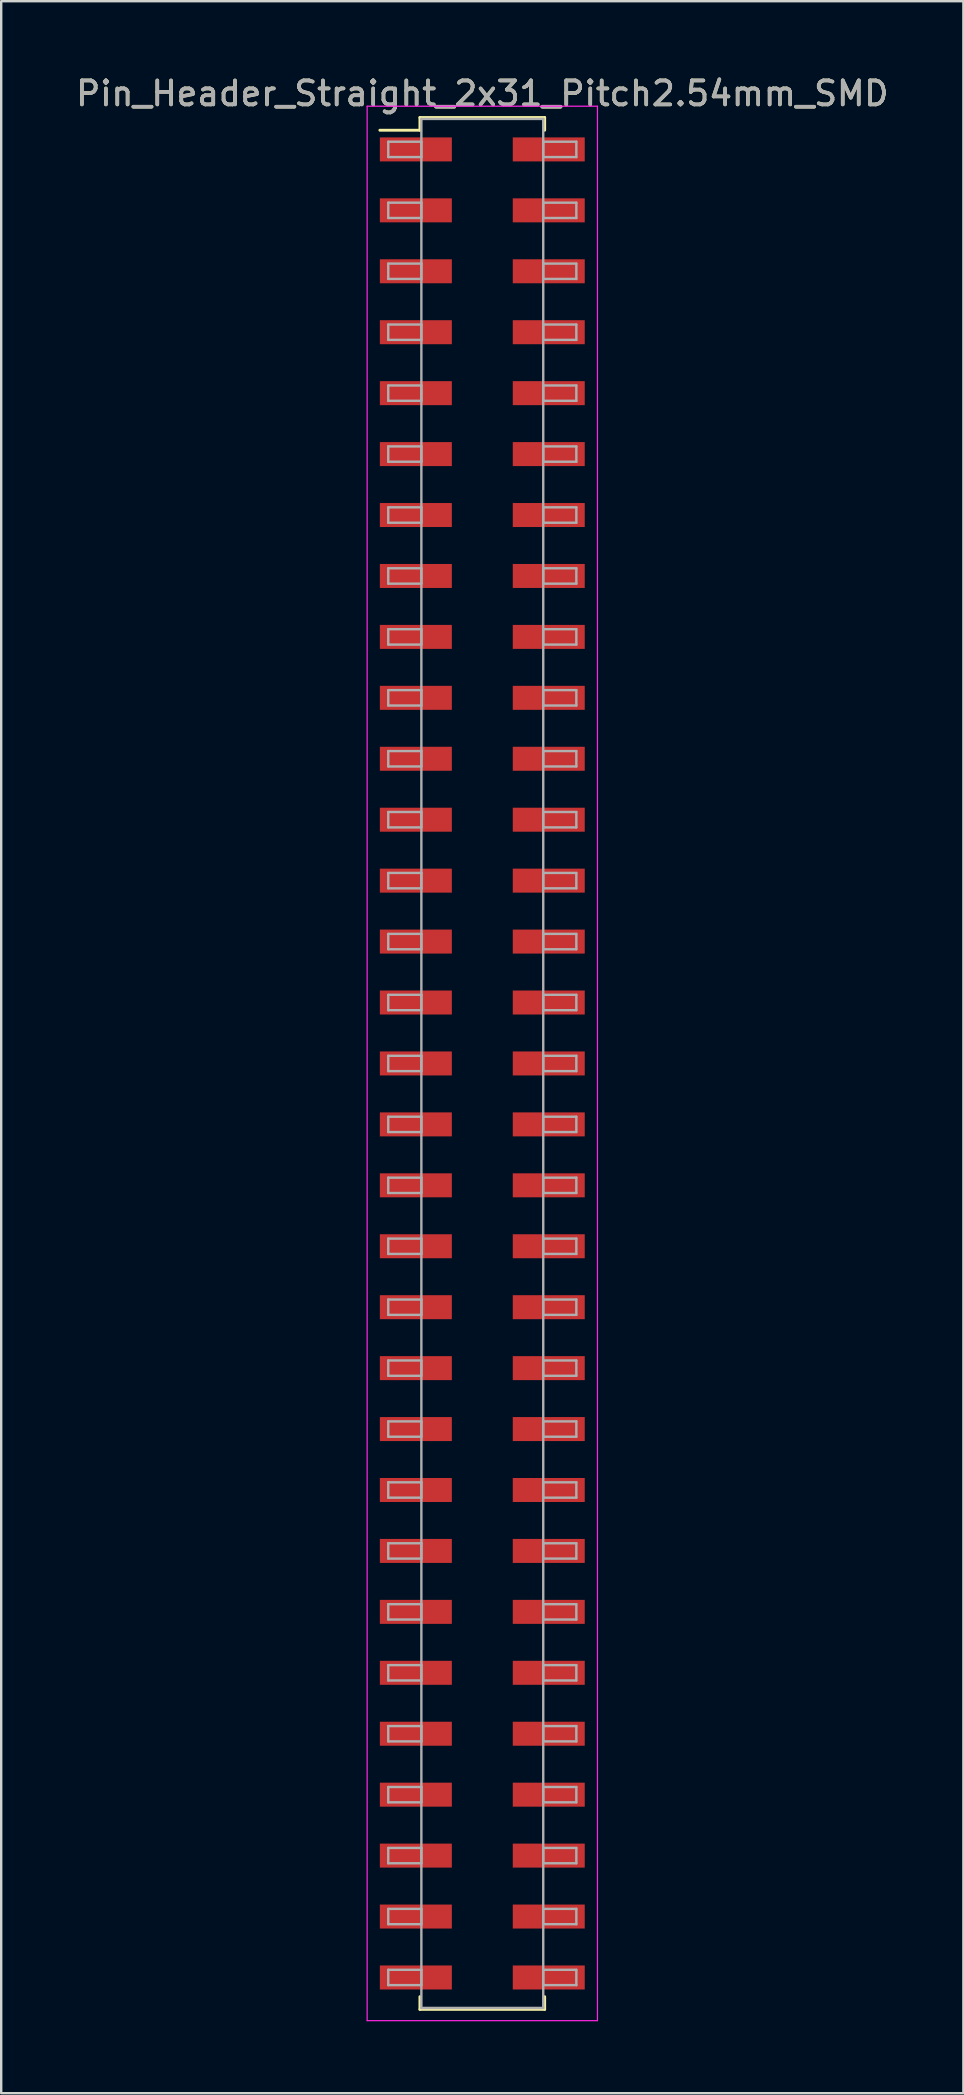
<source format=kicad_pcb>
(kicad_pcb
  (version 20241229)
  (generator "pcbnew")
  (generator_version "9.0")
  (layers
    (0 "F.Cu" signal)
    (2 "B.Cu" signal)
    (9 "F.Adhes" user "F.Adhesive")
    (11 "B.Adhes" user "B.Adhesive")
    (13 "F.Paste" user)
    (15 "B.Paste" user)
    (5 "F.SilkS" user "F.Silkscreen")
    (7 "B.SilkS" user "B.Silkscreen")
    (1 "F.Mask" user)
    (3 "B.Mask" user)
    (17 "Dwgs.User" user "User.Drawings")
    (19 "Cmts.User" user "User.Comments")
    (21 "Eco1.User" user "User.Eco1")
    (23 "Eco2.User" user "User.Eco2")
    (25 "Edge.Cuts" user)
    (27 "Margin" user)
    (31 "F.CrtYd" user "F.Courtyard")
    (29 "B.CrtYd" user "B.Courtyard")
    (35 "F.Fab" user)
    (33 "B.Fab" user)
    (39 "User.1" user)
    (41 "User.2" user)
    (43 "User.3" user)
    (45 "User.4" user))
  (footprint "Pin_Header_Straight_2x31_Pitch2.54mm_SMD"
    (layer "F.Cu")
    (at 17.054 41.278)
    (property "Reference" "Pin_Header_Straight_2x31_Pitch2.54mm_SMD" (at 0 -40.43 0) (layer "F.SilkS") (effects (font (size 1 1) (thickness 0.15))))
    (attr smd)
    (fp_line (start -4.27 -38.9) (end -2.6 -38.9) (stroke (width 0.12) (type solid)) (layer "F.SilkS"))
    (fp_line (start -2.6 -39.43) (end 2.6 -39.43) (stroke (width 0.12) (type solid)) (layer "F.SilkS"))
    (fp_line (start -2.6 -38.9) (end -2.6 -39.43) (stroke (width 0.12) (type solid)) (layer "F.SilkS"))
    (fp_line (start -2.6 38.9) (end -2.6 39.43) (stroke (width 0.12) (type solid)) (layer "F.SilkS"))
    (fp_line (start -2.6 39.43) (end 2.6 39.43) (stroke (width 0.12) (type solid)) (layer "F.SilkS"))
    (fp_line (start 2.6 -39.43) (end 2.6 -38.9) (stroke (width 0.12) (type solid)) (layer "F.SilkS"))
    (fp_line (start 2.6 39.43) (end 2.6 38.9) (stroke (width 0.12) (type solid)) (layer "F.SilkS"))
    (fp_line (start -4.8 -39.9) (end -4.8 39.9) (stroke (width 0.05) (type solid)) (layer "F.CrtYd"))
    (fp_line (start -4.8 39.9) (end 4.8 39.9) (stroke (width 0.05) (type solid)) (layer "F.CrtYd"))
    (fp_line (start 4.8 -39.9) (end -4.8 -39.9) (stroke (width 0.05) (type solid)) (layer "F.CrtYd"))
    (fp_line (start 4.8 39.9) (end 4.8 -39.9) (stroke (width 0.05) (type solid)) (layer "F.CrtYd"))
    (fp_line (start -3.92 -38.42) (end -2.54 -38.42) (stroke (width 0.1) (type solid)) (layer "F.Fab"))
    (fp_line (start -3.92 -37.78) (end -3.92 -38.42) (stroke (width 0.1) (type solid)) (layer "F.Fab"))
    (fp_line (start -3.92 -35.88) (end -2.54 -35.88) (stroke (width 0.1) (type solid)) (layer "F.Fab"))
    (fp_line (start -3.92 -35.24) (end -3.92 -35.88) (stroke (width 0.1) (type solid)) (layer "F.Fab"))
    (fp_line (start -3.92 -33.34) (end -2.54 -33.34) (stroke (width 0.1) (type solid)) (layer "F.Fab"))
    (fp_line (start -3.92 -32.7) (end -3.92 -33.34) (stroke (width 0.1) (type solid)) (layer "F.Fab"))
    (fp_line (start -3.92 -30.8) (end -2.54 -30.8) (stroke (width 0.1) (type solid)) (layer "F.Fab"))
    (fp_line (start -3.92 -30.16) (end -3.92 -30.8) (stroke (width 0.1) (type solid)) (layer "F.Fab"))
    (fp_line (start -3.92 -28.26) (end -2.54 -28.26) (stroke (width 0.1) (type solid)) (layer "F.Fab"))
    (fp_line (start -3.92 -27.62) (end -3.92 -28.26) (stroke (width 0.1) (type solid)) (layer "F.Fab"))
    (fp_line (start -3.92 -25.72) (end -2.54 -25.72) (stroke (width 0.1) (type solid)) (layer "F.Fab"))
    (fp_line (start -3.92 -25.08) (end -3.92 -25.72) (stroke (width 0.1) (type solid)) (layer "F.Fab"))
    (fp_line (start -3.92 -23.18) (end -2.54 -23.18) (stroke (width 0.1) (type solid)) (layer "F.Fab"))
    (fp_line (start -3.92 -22.54) (end -3.92 -23.18) (stroke (width 0.1) (type solid)) (layer "F.Fab"))
    (fp_line (start -3.92 -20.64) (end -2.54 -20.64) (stroke (width 0.1) (type solid)) (layer "F.Fab"))
    (fp_line (start -3.92 -20) (end -3.92 -20.64) (stroke (width 0.1) (type solid)) (layer "F.Fab"))
    (fp_line (start -3.92 -18.1) (end -2.54 -18.1) (stroke (width 0.1) (type solid)) (layer "F.Fab"))
    (fp_line (start -3.92 -17.46) (end -3.92 -18.1) (stroke (width 0.1) (type solid)) (layer "F.Fab"))
    (fp_line (start -3.92 -15.56) (end -2.54 -15.56) (stroke (width 0.1) (type solid)) (layer "F.Fab"))
    (fp_line (start -3.92 -14.92) (end -3.92 -15.56) (stroke (width 0.1) (type solid)) (layer "F.Fab"))
    (fp_line (start -3.92 -13.02) (end -2.54 -13.02) (stroke (width 0.1) (type solid)) (layer "F.Fab"))
    (fp_line (start -3.92 -12.38) (end -3.92 -13.02) (stroke (width 0.1) (type solid)) (layer "F.Fab"))
    (fp_line (start -3.92 -10.48) (end -2.54 -10.48) (stroke (width 0.1) (type solid)) (layer "F.Fab"))
    (fp_line (start -3.92 -9.84) (end -3.92 -10.48) (stroke (width 0.1) (type solid)) (layer "F.Fab"))
    (fp_line (start -3.92 -7.94) (end -2.54 -7.94) (stroke (width 0.1) (type solid)) (layer "F.Fab"))
    (fp_line (start -3.92 -7.3) (end -3.92 -7.94) (stroke (width 0.1) (type solid)) (layer "F.Fab"))
    (fp_line (start -3.92 -5.4) (end -2.54 -5.4) (stroke (width 0.1) (type solid)) (layer "F.Fab"))
    (fp_line (start -3.92 -4.76) (end -3.92 -5.4) (stroke (width 0.1) (type solid)) (layer "F.Fab"))
    (fp_line (start -3.92 -2.86) (end -2.54 -2.86) (stroke (width 0.1) (type solid)) (layer "F.Fab"))
    (fp_line (start -3.92 -2.22) (end -3.92 -2.86) (stroke (width 0.1) (type solid)) (layer "F.Fab"))
    (fp_line (start -3.92 -0.32) (end -2.54 -0.32) (stroke (width 0.1) (type solid)) (layer "F.Fab"))
    (fp_line (start -3.92 0.32) (end -3.92 -0.32) (stroke (width 0.1) (type solid)) (layer "F.Fab"))
    (fp_line (start -3.92 2.22) (end -2.54 2.22) (stroke (width 0.1) (type solid)) (layer "F.Fab"))
    (fp_line (start -3.92 2.86) (end -3.92 2.22) (stroke (width 0.1) (type solid)) (layer "F.Fab"))
    (fp_line (start -3.92 4.76) (end -2.54 4.76) (stroke (width 0.1) (type solid)) (layer "F.Fab"))
    (fp_line (start -3.92 5.4) (end -3.92 4.76) (stroke (width 0.1) (type solid)) (layer "F.Fab"))
    (fp_line (start -3.92 7.3) (end -2.54 7.3) (stroke (width 0.1) (type solid)) (layer "F.Fab"))
    (fp_line (start -3.92 7.94) (end -3.92 7.3) (stroke (width 0.1) (type solid)) (layer "F.Fab"))
    (fp_line (start -3.92 9.84) (end -2.54 9.84) (stroke (width 0.1) (type solid)) (layer "F.Fab"))
    (fp_line (start -3.92 10.48) (end -3.92 9.84) (stroke (width 0.1) (type solid)) (layer "F.Fab"))
    (fp_line (start -3.92 12.38) (end -2.54 12.38) (stroke (width 0.1) (type solid)) (layer "F.Fab"))
    (fp_line (start -3.92 13.02) (end -3.92 12.38) (stroke (width 0.1) (type solid)) (layer "F.Fab"))
    (fp_line (start -3.92 14.92) (end -2.54 14.92) (stroke (width 0.1) (type solid)) (layer "F.Fab"))
    (fp_line (start -3.92 15.56) (end -3.92 14.92) (stroke (width 0.1) (type solid)) (layer "F.Fab"))
    (fp_line (start -3.92 17.46) (end -2.54 17.46) (stroke (width 0.1) (type solid)) (layer "F.Fab"))
    (fp_line (start -3.92 18.1) (end -3.92 17.46) (stroke (width 0.1) (type solid)) (layer "F.Fab"))
    (fp_line (start -3.92 20) (end -2.54 20) (stroke (width 0.1) (type solid)) (layer "F.Fab"))
    (fp_line (start -3.92 20.64) (end -3.92 20) (stroke (width 0.1) (type solid)) (layer "F.Fab"))
    (fp_line (start -3.92 22.54) (end -2.54 22.54) (stroke (width 0.1) (type solid)) (layer "F.Fab"))
    (fp_line (start -3.92 23.18) (end -3.92 22.54) (stroke (width 0.1) (type solid)) (layer "F.Fab"))
    (fp_line (start -3.92 25.08) (end -2.54 25.08) (stroke (width 0.1) (type solid)) (layer "F.Fab"))
    (fp_line (start -3.92 25.72) (end -3.92 25.08) (stroke (width 0.1) (type solid)) (layer "F.Fab"))
    (fp_line (start -3.92 27.62) (end -2.54 27.62) (stroke (width 0.1) (type solid)) (layer "F.Fab"))
    (fp_line (start -3.92 28.26) (end -3.92 27.62) (stroke (width 0.1) (type solid)) (layer "F.Fab"))
    (fp_line (start -3.92 30.16) (end -2.54 30.16) (stroke (width 0.1) (type solid)) (layer "F.Fab"))
    (fp_line (start -3.92 30.8) (end -3.92 30.16) (stroke (width 0.1) (type solid)) (layer "F.Fab"))
    (fp_line (start -3.92 32.7) (end -2.54 32.7) (stroke (width 0.1) (type solid)) (layer "F.Fab"))
    (fp_line (start -3.92 33.34) (end -3.92 32.7) (stroke (width 0.1) (type solid)) (layer "F.Fab"))
    (fp_line (start -3.92 35.24) (end -2.54 35.24) (stroke (width 0.1) (type solid)) (layer "F.Fab"))
    (fp_line (start -3.92 35.88) (end -3.92 35.24) (stroke (width 0.1) (type solid)) (layer "F.Fab"))
    (fp_line (start -3.92 37.78) (end -2.54 37.78) (stroke (width 0.1) (type solid)) (layer "F.Fab"))
    (fp_line (start -3.92 38.42) (end -3.92 37.78) (stroke (width 0.1) (type solid)) (layer "F.Fab"))
    (fp_line (start -2.54 -39.37) (end -2.54 39.37) (stroke (width 0.1) (type solid)) (layer "F.Fab"))
    (fp_line (start -2.54 -38.42) (end -2.54 -37.78) (stroke (width 0.1) (type solid)) (layer "F.Fab"))
    (fp_line (start -2.54 -37.78) (end -3.92 -37.78) (stroke (width 0.1) (type solid)) (layer "F.Fab"))
    (fp_line (start -2.54 -35.88) (end -2.54 -35.24) (stroke (width 0.1) (type solid)) (layer "F.Fab"))
    (fp_line (start -2.54 -35.24) (end -3.92 -35.24) (stroke (width 0.1) (type solid)) (layer "F.Fab"))
    (fp_line (start -2.54 -33.34) (end -2.54 -32.7) (stroke (width 0.1) (type solid)) (layer "F.Fab"))
    (fp_line (start -2.54 -32.7) (end -3.92 -32.7) (stroke (width 0.1) (type solid)) (layer "F.Fab"))
    (fp_line (start -2.54 -30.8) (end -2.54 -30.16) (stroke (width 0.1) (type solid)) (layer "F.Fab"))
    (fp_line (start -2.54 -30.16) (end -3.92 -30.16) (stroke (width 0.1) (type solid)) (layer "F.Fab"))
    (fp_line (start -2.54 -28.26) (end -2.54 -27.62) (stroke (width 0.1) (type solid)) (layer "F.Fab"))
    (fp_line (start -2.54 -27.62) (end -3.92 -27.62) (stroke (width 0.1) (type solid)) (layer "F.Fab"))
    (fp_line (start -2.54 -25.72) (end -2.54 -25.08) (stroke (width 0.1) (type solid)) (layer "F.Fab"))
    (fp_line (start -2.54 -25.08) (end -3.92 -25.08) (stroke (width 0.1) (type solid)) (layer "F.Fab"))
    (fp_line (start -2.54 -23.18) (end -2.54 -22.54) (stroke (width 0.1) (type solid)) (layer "F.Fab"))
    (fp_line (start -2.54 -22.54) (end -3.92 -22.54) (stroke (width 0.1) (type solid)) (layer "F.Fab"))
    (fp_line (start -2.54 -20.64) (end -2.54 -20) (stroke (width 0.1) (type solid)) (layer "F.Fab"))
    (fp_line (start -2.54 -20) (end -3.92 -20) (stroke (width 0.1) (type solid)) (layer "F.Fab"))
    (fp_line (start -2.54 -18.1) (end -2.54 -17.46) (stroke (width 0.1) (type solid)) (layer "F.Fab"))
    (fp_line (start -2.54 -17.46) (end -3.92 -17.46) (stroke (width 0.1) (type solid)) (layer "F.Fab"))
    (fp_line (start -2.54 -15.56) (end -2.54 -14.92) (stroke (width 0.1) (type solid)) (layer "F.Fab"))
    (fp_line (start -2.54 -14.92) (end -3.92 -14.92) (stroke (width 0.1) (type solid)) (layer "F.Fab"))
    (fp_line (start -2.54 -13.02) (end -2.54 -12.38) (stroke (width 0.1) (type solid)) (layer "F.Fab"))
    (fp_line (start -2.54 -12.38) (end -3.92 -12.38) (stroke (width 0.1) (type solid)) (layer "F.Fab"))
    (fp_line (start -2.54 -10.48) (end -2.54 -9.84) (stroke (width 0.1) (type solid)) (layer "F.Fab"))
    (fp_line (start -2.54 -9.84) (end -3.92 -9.84) (stroke (width 0.1) (type solid)) (layer "F.Fab"))
    (fp_line (start -2.54 -7.94) (end -2.54 -7.3) (stroke (width 0.1) (type solid)) (layer "F.Fab"))
    (fp_line (start -2.54 -7.3) (end -3.92 -7.3) (stroke (width 0.1) (type solid)) (layer "F.Fab"))
    (fp_line (start -2.54 -5.4) (end -2.54 -4.76) (stroke (width 0.1) (type solid)) (layer "F.Fab"))
    (fp_line (start -2.54 -4.76) (end -3.92 -4.76) (stroke (width 0.1) (type solid)) (layer "F.Fab"))
    (fp_line (start -2.54 -2.86) (end -2.54 -2.22) (stroke (width 0.1) (type solid)) (layer "F.Fab"))
    (fp_line (start -2.54 -2.22) (end -3.92 -2.22) (stroke (width 0.1) (type solid)) (layer "F.Fab"))
    (fp_line (start -2.54 -0.32) (end -2.54 0.32) (stroke (width 0.1) (type solid)) (layer "F.Fab"))
    (fp_line (start -2.54 0.32) (end -3.92 0.32) (stroke (width 0.1) (type solid)) (layer "F.Fab"))
    (fp_line (start -2.54 2.22) (end -2.54 2.86) (stroke (width 0.1) (type solid)) (layer "F.Fab"))
    (fp_line (start -2.54 2.86) (end -3.92 2.86) (stroke (width 0.1) (type solid)) (layer "F.Fab"))
    (fp_line (start -2.54 4.76) (end -2.54 5.4) (stroke (width 0.1) (type solid)) (layer "F.Fab"))
    (fp_line (start -2.54 5.4) (end -3.92 5.4) (stroke (width 0.1) (type solid)) (layer "F.Fab"))
    (fp_line (start -2.54 7.3) (end -2.54 7.94) (stroke (width 0.1) (type solid)) (layer "F.Fab"))
    (fp_line (start -2.54 7.94) (end -3.92 7.94) (stroke (width 0.1) (type solid)) (layer "F.Fab"))
    (fp_line (start -2.54 9.84) (end -2.54 10.48) (stroke (width 0.1) (type solid)) (layer "F.Fab"))
    (fp_line (start -2.54 10.48) (end -3.92 10.48) (stroke (width 0.1) (type solid)) (layer "F.Fab"))
    (fp_line (start -2.54 12.38) (end -2.54 13.02) (stroke (width 0.1) (type solid)) (layer "F.Fab"))
    (fp_line (start -2.54 13.02) (end -3.92 13.02) (stroke (width 0.1) (type solid)) (layer "F.Fab"))
    (fp_line (start -2.54 14.92) (end -2.54 15.56) (stroke (width 0.1) (type solid)) (layer "F.Fab"))
    (fp_line (start -2.54 15.56) (end -3.92 15.56) (stroke (width 0.1) (type solid)) (layer "F.Fab"))
    (fp_line (start -2.54 17.46) (end -2.54 18.1) (stroke (width 0.1) (type solid)) (layer "F.Fab"))
    (fp_line (start -2.54 18.1) (end -3.92 18.1) (stroke (width 0.1) (type solid)) (layer "F.Fab"))
    (fp_line (start -2.54 20) (end -2.54 20.64) (stroke (width 0.1) (type solid)) (layer "F.Fab"))
    (fp_line (start -2.54 20.64) (end -3.92 20.64) (stroke (width 0.1) (type solid)) (layer "F.Fab"))
    (fp_line (start -2.54 22.54) (end -2.54 23.18) (stroke (width 0.1) (type solid)) (layer "F.Fab"))
    (fp_line (start -2.54 23.18) (end -3.92 23.18) (stroke (width 0.1) (type solid)) (layer "F.Fab"))
    (fp_line (start -2.54 25.08) (end -2.54 25.72) (stroke (width 0.1) (type solid)) (layer "F.Fab"))
    (fp_line (start -2.54 25.72) (end -3.92 25.72) (stroke (width 0.1) (type solid)) (layer "F.Fab"))
    (fp_line (start -2.54 27.62) (end -2.54 28.26) (stroke (width 0.1) (type solid)) (layer "F.Fab"))
    (fp_line (start -2.54 28.26) (end -3.92 28.26) (stroke (width 0.1) (type solid)) (layer "F.Fab"))
    (fp_line (start -2.54 30.16) (end -2.54 30.8) (stroke (width 0.1) (type solid)) (layer "F.Fab"))
    (fp_line (start -2.54 30.8) (end -3.92 30.8) (stroke (width 0.1) (type solid)) (layer "F.Fab"))
    (fp_line (start -2.54 32.7) (end -2.54 33.34) (stroke (width 0.1) (type solid)) (layer "F.Fab"))
    (fp_line (start -2.54 33.34) (end -3.92 33.34) (stroke (width 0.1) (type solid)) (layer "F.Fab"))
    (fp_line (start -2.54 35.24) (end -2.54 35.88) (stroke (width 0.1) (type solid)) (layer "F.Fab"))
    (fp_line (start -2.54 35.88) (end -3.92 35.88) (stroke (width 0.1) (type solid)) (layer "F.Fab"))
    (fp_line (start -2.54 37.78) (end -2.54 38.42) (stroke (width 0.1) (type solid)) (layer "F.Fab"))
    (fp_line (start -2.54 38.42) (end -3.92 38.42) (stroke (width 0.1) (type solid)) (layer "F.Fab"))
    (fp_line (start -2.54 39.37) (end 2.54 39.37) (stroke (width 0.1) (type solid)) (layer "F.Fab"))
    (fp_line (start 2.54 -39.37) (end -2.54 -39.37) (stroke (width 0.1) (type solid)) (layer "F.Fab"))
    (fp_line (start 2.54 -38.42) (end 2.54 -37.78) (stroke (width 0.1) (type solid)) (layer "F.Fab"))
    (fp_line (start 2.54 -37.78) (end 3.92 -37.78) (stroke (width 0.1) (type solid)) (layer "F.Fab"))
    (fp_line (start 2.54 -35.88) (end 2.54 -35.24) (stroke (width 0.1) (type solid)) (layer "F.Fab"))
    (fp_line (start 2.54 -35.24) (end 3.92 -35.24) (stroke (width 0.1) (type solid)) (layer "F.Fab"))
    (fp_line (start 2.54 -33.34) (end 2.54 -32.7) (stroke (width 0.1) (type solid)) (layer "F.Fab"))
    (fp_line (start 2.54 -32.7) (end 3.92 -32.7) (stroke (width 0.1) (type solid)) (layer "F.Fab"))
    (fp_line (start 2.54 -30.8) (end 2.54 -30.16) (stroke (width 0.1) (type solid)) (layer "F.Fab"))
    (fp_line (start 2.54 -30.16) (end 3.92 -30.16) (stroke (width 0.1) (type solid)) (layer "F.Fab"))
    (fp_line (start 2.54 -28.26) (end 2.54 -27.62) (stroke (width 0.1) (type solid)) (layer "F.Fab"))
    (fp_line (start 2.54 -27.62) (end 3.92 -27.62) (stroke (width 0.1) (type solid)) (layer "F.Fab"))
    (fp_line (start 2.54 -25.72) (end 2.54 -25.08) (stroke (width 0.1) (type solid)) (layer "F.Fab"))
    (fp_line (start 2.54 -25.08) (end 3.92 -25.08) (stroke (width 0.1) (type solid)) (layer "F.Fab"))
    (fp_line (start 2.54 -23.18) (end 2.54 -22.54) (stroke (width 0.1) (type solid)) (layer "F.Fab"))
    (fp_line (start 2.54 -22.54) (end 3.92 -22.54) (stroke (width 0.1) (type solid)) (layer "F.Fab"))
    (fp_line (start 2.54 -20.64) (end 2.54 -20) (stroke (width 0.1) (type solid)) (layer "F.Fab"))
    (fp_line (start 2.54 -20) (end 3.92 -20) (stroke (width 0.1) (type solid)) (layer "F.Fab"))
    (fp_line (start 2.54 -18.1) (end 2.54 -17.46) (stroke (width 0.1) (type solid)) (layer "F.Fab"))
    (fp_line (start 2.54 -17.46) (end 3.92 -17.46) (stroke (width 0.1) (type solid)) (layer "F.Fab"))
    (fp_line (start 2.54 -15.56) (end 2.54 -14.92) (stroke (width 0.1) (type solid)) (layer "F.Fab"))
    (fp_line (start 2.54 -14.92) (end 3.92 -14.92) (stroke (width 0.1) (type solid)) (layer "F.Fab"))
    (fp_line (start 2.54 -13.02) (end 2.54 -12.38) (stroke (width 0.1) (type solid)) (layer "F.Fab"))
    (fp_line (start 2.54 -12.38) (end 3.92 -12.38) (stroke (width 0.1) (type solid)) (layer "F.Fab"))
    (fp_line (start 2.54 -10.48) (end 2.54 -9.84) (stroke (width 0.1) (type solid)) (layer "F.Fab"))
    (fp_line (start 2.54 -9.84) (end 3.92 -9.84) (stroke (width 0.1) (type solid)) (layer "F.Fab"))
    (fp_line (start 2.54 -7.94) (end 2.54 -7.3) (stroke (width 0.1) (type solid)) (layer "F.Fab"))
    (fp_line (start 2.54 -7.3) (end 3.92 -7.3) (stroke (width 0.1) (type solid)) (layer "F.Fab"))
    (fp_line (start 2.54 -5.4) (end 2.54 -4.76) (stroke (width 0.1) (type solid)) (layer "F.Fab"))
    (fp_line (start 2.54 -4.76) (end 3.92 -4.76) (stroke (width 0.1) (type solid)) (layer "F.Fab"))
    (fp_line (start 2.54 -2.86) (end 2.54 -2.22) (stroke (width 0.1) (type solid)) (layer "F.Fab"))
    (fp_line (start 2.54 -2.22) (end 3.92 -2.22) (stroke (width 0.1) (type solid)) (layer "F.Fab"))
    (fp_line (start 2.54 -0.32) (end 2.54 0.32) (stroke (width 0.1) (type solid)) (layer "F.Fab"))
    (fp_line (start 2.54 0.32) (end 3.92 0.32) (stroke (width 0.1) (type solid)) (layer "F.Fab"))
    (fp_line (start 2.54 2.22) (end 2.54 2.86) (stroke (width 0.1) (type solid)) (layer "F.Fab"))
    (fp_line (start 2.54 2.86) (end 3.92 2.86) (stroke (width 0.1) (type solid)) (layer "F.Fab"))
    (fp_line (start 2.54 4.76) (end 2.54 5.4) (stroke (width 0.1) (type solid)) (layer "F.Fab"))
    (fp_line (start 2.54 5.4) (end 3.92 5.4) (stroke (width 0.1) (type solid)) (layer "F.Fab"))
    (fp_line (start 2.54 7.3) (end 2.54 7.94) (stroke (width 0.1) (type solid)) (layer "F.Fab"))
    (fp_line (start 2.54 7.94) (end 3.92 7.94) (stroke (width 0.1) (type solid)) (layer "F.Fab"))
    (fp_line (start 2.54 9.84) (end 2.54 10.48) (stroke (width 0.1) (type solid)) (layer "F.Fab"))
    (fp_line (start 2.54 10.48) (end 3.92 10.48) (stroke (width 0.1) (type solid)) (layer "F.Fab"))
    (fp_line (start 2.54 12.38) (end 2.54 13.02) (stroke (width 0.1) (type solid)) (layer "F.Fab"))
    (fp_line (start 2.54 13.02) (end 3.92 13.02) (stroke (width 0.1) (type solid)) (layer "F.Fab"))
    (fp_line (start 2.54 14.92) (end 2.54 15.56) (stroke (width 0.1) (type solid)) (layer "F.Fab"))
    (fp_line (start 2.54 15.56) (end 3.92 15.56) (stroke (width 0.1) (type solid)) (layer "F.Fab"))
    (fp_line (start 2.54 17.46) (end 2.54 18.1) (stroke (width 0.1) (type solid)) (layer "F.Fab"))
    (fp_line (start 2.54 18.1) (end 3.92 18.1) (stroke (width 0.1) (type solid)) (layer "F.Fab"))
    (fp_line (start 2.54 20) (end 2.54 20.64) (stroke (width 0.1) (type solid)) (layer "F.Fab"))
    (fp_line (start 2.54 20.64) (end 3.92 20.64) (stroke (width 0.1) (type solid)) (layer "F.Fab"))
    (fp_line (start 2.54 22.54) (end 2.54 23.18) (stroke (width 0.1) (type solid)) (layer "F.Fab"))
    (fp_line (start 2.54 23.18) (end 3.92 23.18) (stroke (width 0.1) (type solid)) (layer "F.Fab"))
    (fp_line (start 2.54 25.08) (end 2.54 25.72) (stroke (width 0.1) (type solid)) (layer "F.Fab"))
    (fp_line (start 2.54 25.72) (end 3.92 25.72) (stroke (width 0.1) (type solid)) (layer "F.Fab"))
    (fp_line (start 2.54 27.62) (end 2.54 28.26) (stroke (width 0.1) (type solid)) (layer "F.Fab"))
    (fp_line (start 2.54 28.26) (end 3.92 28.26) (stroke (width 0.1) (type solid)) (layer "F.Fab"))
    (fp_line (start 2.54 30.16) (end 2.54 30.8) (stroke (width 0.1) (type solid)) (layer "F.Fab"))
    (fp_line (start 2.54 30.8) (end 3.92 30.8) (stroke (width 0.1) (type solid)) (layer "F.Fab"))
    (fp_line (start 2.54 32.7) (end 2.54 33.34) (stroke (width 0.1) (type solid)) (layer "F.Fab"))
    (fp_line (start 2.54 33.34) (end 3.92 33.34) (stroke (width 0.1) (type solid)) (layer "F.Fab"))
    (fp_line (start 2.54 35.24) (end 2.54 35.88) (stroke (width 0.1) (type solid)) (layer "F.Fab"))
    (fp_line (start 2.54 35.88) (end 3.92 35.88) (stroke (width 0.1) (type solid)) (layer "F.Fab"))
    (fp_line (start 2.54 37.78) (end 2.54 38.42) (stroke (width 0.1) (type solid)) (layer "F.Fab"))
    (fp_line (start 2.54 38.42) (end 3.92 38.42) (stroke (width 0.1) (type solid)) (layer "F.Fab"))
    (fp_line (start 2.54 39.37) (end 2.54 -39.37) (stroke (width 0.1) (type solid)) (layer "F.Fab"))
    (fp_line (start 3.92 -38.42) (end 2.54 -38.42) (stroke (width 0.1) (type solid)) (layer "F.Fab"))
    (fp_line (start 3.92 -37.78) (end 3.92 -38.42) (stroke (width 0.1) (type solid)) (layer "F.Fab"))
    (fp_line (start 3.92 -35.88) (end 2.54 -35.88) (stroke (width 0.1) (type solid)) (layer "F.Fab"))
    (fp_line (start 3.92 -35.24) (end 3.92 -35.88) (stroke (width 0.1) (type solid)) (layer "F.Fab"))
    (fp_line (start 3.92 -33.34) (end 2.54 -33.34) (stroke (width 0.1) (type solid)) (layer "F.Fab"))
    (fp_line (start 3.92 -32.7) (end 3.92 -33.34) (stroke (width 0.1) (type solid)) (layer "F.Fab"))
    (fp_line (start 3.92 -30.8) (end 2.54 -30.8) (stroke (width 0.1) (type solid)) (layer "F.Fab"))
    (fp_line (start 3.92 -30.16) (end 3.92 -30.8) (stroke (width 0.1) (type solid)) (layer "F.Fab"))
    (fp_line (start 3.92 -28.26) (end 2.54 -28.26) (stroke (width 0.1) (type solid)) (layer "F.Fab"))
    (fp_line (start 3.92 -27.62) (end 3.92 -28.26) (stroke (width 0.1) (type solid)) (layer "F.Fab"))
    (fp_line (start 3.92 -25.72) (end 2.54 -25.72) (stroke (width 0.1) (type solid)) (layer "F.Fab"))
    (fp_line (start 3.92 -25.08) (end 3.92 -25.72) (stroke (width 0.1) (type solid)) (layer "F.Fab"))
    (fp_line (start 3.92 -23.18) (end 2.54 -23.18) (stroke (width 0.1) (type solid)) (layer "F.Fab"))
    (fp_line (start 3.92 -22.54) (end 3.92 -23.18) (stroke (width 0.1) (type solid)) (layer "F.Fab"))
    (fp_line (start 3.92 -20.64) (end 2.54 -20.64) (stroke (width 0.1) (type solid)) (layer "F.Fab"))
    (fp_line (start 3.92 -20) (end 3.92 -20.64) (stroke (width 0.1) (type solid)) (layer "F.Fab"))
    (fp_line (start 3.92 -18.1) (end 2.54 -18.1) (stroke (width 0.1) (type solid)) (layer "F.Fab"))
    (fp_line (start 3.92 -17.46) (end 3.92 -18.1) (stroke (width 0.1) (type solid)) (layer "F.Fab"))
    (fp_line (start 3.92 -15.56) (end 2.54 -15.56) (stroke (width 0.1) (type solid)) (layer "F.Fab"))
    (fp_line (start 3.92 -14.92) (end 3.92 -15.56) (stroke (width 0.1) (type solid)) (layer "F.Fab"))
    (fp_line (start 3.92 -13.02) (end 2.54 -13.02) (stroke (width 0.1) (type solid)) (layer "F.Fab"))
    (fp_line (start 3.92 -12.38) (end 3.92 -13.02) (stroke (width 0.1) (type solid)) (layer "F.Fab"))
    (fp_line (start 3.92 -10.48) (end 2.54 -10.48) (stroke (width 0.1) (type solid)) (layer "F.Fab"))
    (fp_line (start 3.92 -9.84) (end 3.92 -10.48) (stroke (width 0.1) (type solid)) (layer "F.Fab"))
    (fp_line (start 3.92 -7.94) (end 2.54 -7.94) (stroke (width 0.1) (type solid)) (layer "F.Fab"))
    (fp_line (start 3.92 -7.3) (end 3.92 -7.94) (stroke (width 0.1) (type solid)) (layer "F.Fab"))
    (fp_line (start 3.92 -5.4) (end 2.54 -5.4) (stroke (width 0.1) (type solid)) (layer "F.Fab"))
    (fp_line (start 3.92 -4.76) (end 3.92 -5.4) (stroke (width 0.1) (type solid)) (layer "F.Fab"))
    (fp_line (start 3.92 -2.86) (end 2.54 -2.86) (stroke (width 0.1) (type solid)) (layer "F.Fab"))
    (fp_line (start 3.92 -2.22) (end 3.92 -2.86) (stroke (width 0.1) (type solid)) (layer "F.Fab"))
    (fp_line (start 3.92 -0.32) (end 2.54 -0.32) (stroke (width 0.1) (type solid)) (layer "F.Fab"))
    (fp_line (start 3.92 0.32) (end 3.92 -0.32) (stroke (width 0.1) (type solid)) (layer "F.Fab"))
    (fp_line (start 3.92 2.22) (end 2.54 2.22) (stroke (width 0.1) (type solid)) (layer "F.Fab"))
    (fp_line (start 3.92 2.86) (end 3.92 2.22) (stroke (width 0.1) (type solid)) (layer "F.Fab"))
    (fp_line (start 3.92 4.76) (end 2.54 4.76) (stroke (width 0.1) (type solid)) (layer "F.Fab"))
    (fp_line (start 3.92 5.4) (end 3.92 4.76) (stroke (width 0.1) (type solid)) (layer "F.Fab"))
    (fp_line (start 3.92 7.3) (end 2.54 7.3) (stroke (width 0.1) (type solid)) (layer "F.Fab"))
    (fp_line (start 3.92 7.94) (end 3.92 7.3) (stroke (width 0.1) (type solid)) (layer "F.Fab"))
    (fp_line (start 3.92 9.84) (end 2.54 9.84) (stroke (width 0.1) (type solid)) (layer "F.Fab"))
    (fp_line (start 3.92 10.48) (end 3.92 9.84) (stroke (width 0.1) (type solid)) (layer "F.Fab"))
    (fp_line (start 3.92 12.38) (end 2.54 12.38) (stroke (width 0.1) (type solid)) (layer "F.Fab"))
    (fp_line (start 3.92 13.02) (end 3.92 12.38) (stroke (width 0.1) (type solid)) (layer "F.Fab"))
    (fp_line (start 3.92 14.92) (end 2.54 14.92) (stroke (width 0.1) (type solid)) (layer "F.Fab"))
    (fp_line (start 3.92 15.56) (end 3.92 14.92) (stroke (width 0.1) (type solid)) (layer "F.Fab"))
    (fp_line (start 3.92 17.46) (end 2.54 17.46) (stroke (width 0.1) (type solid)) (layer "F.Fab"))
    (fp_line (start 3.92 18.1) (end 3.92 17.46) (stroke (width 0.1) (type solid)) (layer "F.Fab"))
    (fp_line (start 3.92 20) (end 2.54 20) (stroke (width 0.1) (type solid)) (layer "F.Fab"))
    (fp_line (start 3.92 20.64) (end 3.92 20) (stroke (width 0.1) (type solid)) (layer "F.Fab"))
    (fp_line (start 3.92 22.54) (end 2.54 22.54) (stroke (width 0.1) (type solid)) (layer "F.Fab"))
    (fp_line (start 3.92 23.18) (end 3.92 22.54) (stroke (width 0.1) (type solid)) (layer "F.Fab"))
    (fp_line (start 3.92 25.08) (end 2.54 25.08) (stroke (width 0.1) (type solid)) (layer "F.Fab"))
    (fp_line (start 3.92 25.72) (end 3.92 25.08) (stroke (width 0.1) (type solid)) (layer "F.Fab"))
    (fp_line (start 3.92 27.62) (end 2.54 27.62) (stroke (width 0.1) (type solid)) (layer "F.Fab"))
    (fp_line (start 3.92 28.26) (end 3.92 27.62) (stroke (width 0.1) (type solid)) (layer "F.Fab"))
    (fp_line (start 3.92 30.16) (end 2.54 30.16) (stroke (width 0.1) (type solid)) (layer "F.Fab"))
    (fp_line (start 3.92 30.8) (end 3.92 30.16) (stroke (width 0.1) (type solid)) (layer "F.Fab"))
    (fp_line (start 3.92 32.7) (end 2.54 32.7) (stroke (width 0.1) (type solid)) (layer "F.Fab"))
    (fp_line (start 3.92 33.34) (end 3.92 32.7) (stroke (width 0.1) (type solid)) (layer "F.Fab"))
    (fp_line (start 3.92 35.24) (end 2.54 35.24) (stroke (width 0.1) (type solid)) (layer "F.Fab"))
    (fp_line (start 3.92 35.88) (end 3.92 35.24) (stroke (width 0.1) (type solid)) (layer "F.Fab"))
    (fp_line (start 3.92 37.78) (end 2.54 37.78) (stroke (width 0.1) (type solid)) (layer "F.Fab"))
    (fp_line (start 3.92 38.42) (end 3.92 37.78) (stroke (width 0.1) (type solid)) (layer "F.Fab"))
    (fp_text user "${REFERENCE}" (at 0 -40.43 0) (layer "F.Fab") (effects (font (size 1 1) (thickness 0.15))))
    (pad "1" smd rect (at -2.77 -38.1) (size 3 1) (layers "F.Cu" "F.Mask" "F.Paste"))
    (pad "2" smd rect (at 2.77 -38.1) (size 3 1) (layers "F.Cu" "F.Mask" "F.Paste"))
    (pad "3" smd rect (at -2.77 -35.56) (size 3 1) (layers "F.Cu" "F.Mask" "F.Paste"))
    (pad "4" smd rect (at 2.77 -35.56) (size 3 1) (layers "F.Cu" "F.Mask" "F.Paste"))
    (pad "5" smd rect (at -2.77 -33.02) (size 3 1) (layers "F.Cu" "F.Mask" "F.Paste"))
    (pad "6" smd rect (at 2.77 -33.02) (size 3 1) (layers "F.Cu" "F.Mask" "F.Paste"))
    (pad "7" smd rect (at -2.77 -30.48) (size 3 1) (layers "F.Cu" "F.Mask" "F.Paste"))
    (pad "8" smd rect (at 2.77 -30.48) (size 3 1) (layers "F.Cu" "F.Mask" "F.Paste"))
    (pad "9" smd rect (at -2.77 -27.94) (size 3 1) (layers "F.Cu" "F.Mask" "F.Paste"))
    (pad "10" smd rect (at 2.77 -27.94) (size 3 1) (layers "F.Cu" "F.Mask" "F.Paste"))
    (pad "11" smd rect (at -2.77 -25.4) (size 3 1) (layers "F.Cu" "F.Mask" "F.Paste"))
    (pad "12" smd rect (at 2.77 -25.4) (size 3 1) (layers "F.Cu" "F.Mask" "F.Paste"))
    (pad "13" smd rect (at -2.77 -22.86) (size 3 1) (layers "F.Cu" "F.Mask" "F.Paste"))
    (pad "14" smd rect (at 2.77 -22.86) (size 3 1) (layers "F.Cu" "F.Mask" "F.Paste"))
    (pad "15" smd rect (at -2.77 -20.32) (size 3 1) (layers "F.Cu" "F.Mask" "F.Paste"))
    (pad "16" smd rect (at 2.77 -20.32) (size 3 1) (layers "F.Cu" "F.Mask" "F.Paste"))
    (pad "17" smd rect (at -2.77 -17.78) (size 3 1) (layers "F.Cu" "F.Mask" "F.Paste"))
    (pad "18" smd rect (at 2.77 -17.78) (size 3 1) (layers "F.Cu" "F.Mask" "F.Paste"))
    (pad "19" smd rect (at -2.77 -15.24) (size 3 1) (layers "F.Cu" "F.Mask" "F.Paste"))
    (pad "20" smd rect (at 2.77 -15.24) (size 3 1) (layers "F.Cu" "F.Mask" "F.Paste"))
    (pad "21" smd rect (at -2.77 -12.7) (size 3 1) (layers "F.Cu" "F.Mask" "F.Paste"))
    (pad "22" smd rect (at 2.77 -12.7) (size 3 1) (layers "F.Cu" "F.Mask" "F.Paste"))
    (pad "23" smd rect (at -2.77 -10.16) (size 3 1) (layers "F.Cu" "F.Mask" "F.Paste"))
    (pad "24" smd rect (at 2.77 -10.16) (size 3 1) (layers "F.Cu" "F.Mask" "F.Paste"))
    (pad "25" smd rect (at -2.77 -7.62) (size 3 1) (layers "F.Cu" "F.Mask" "F.Paste"))
    (pad "26" smd rect (at 2.77 -7.62) (size 3 1) (layers "F.Cu" "F.Mask" "F.Paste"))
    (pad "27" smd rect (at -2.77 -5.08) (size 3 1) (layers "F.Cu" "F.Mask" "F.Paste"))
    (pad "28" smd rect (at 2.77 -5.08) (size 3 1) (layers "F.Cu" "F.Mask" "F.Paste"))
    (pad "29" smd rect (at -2.77 -2.54) (size 3 1) (layers "F.Cu" "F.Mask" "F.Paste"))
    (pad "30" smd rect (at 2.77 -2.54) (size 3 1) (layers "F.Cu" "F.Mask" "F.Paste"))
    (pad "31" smd rect (at -2.77 0) (size 3 1) (layers "F.Cu" "F.Mask" "F.Paste"))
    (pad "32" smd rect (at 2.77 0) (size 3 1) (layers "F.Cu" "F.Mask" "F.Paste"))
    (pad "33" smd rect (at -2.77 2.54) (size 3 1) (layers "F.Cu" "F.Mask" "F.Paste"))
    (pad "34" smd rect (at 2.77 2.54) (size 3 1) (layers "F.Cu" "F.Mask" "F.Paste"))
    (pad "35" smd rect (at -2.77 5.08) (size 3 1) (layers "F.Cu" "F.Mask" "F.Paste"))
    (pad "36" smd rect (at 2.77 5.08) (size 3 1) (layers "F.Cu" "F.Mask" "F.Paste"))
    (pad "37" smd rect (at -2.77 7.62) (size 3 1) (layers "F.Cu" "F.Mask" "F.Paste"))
    (pad "38" smd rect (at 2.77 7.62) (size 3 1) (layers "F.Cu" "F.Mask" "F.Paste"))
    (pad "39" smd rect (at -2.77 10.16) (size 3 1) (layers "F.Cu" "F.Mask" "F.Paste"))
    (pad "40" smd rect (at 2.77 10.16) (size 3 1) (layers "F.Cu" "F.Mask" "F.Paste"))
    (pad "41" smd rect (at -2.77 12.7) (size 3 1) (layers "F.Cu" "F.Mask" "F.Paste"))
    (pad "42" smd rect (at 2.77 12.7) (size 3 1) (layers "F.Cu" "F.Mask" "F.Paste"))
    (pad "43" smd rect (at -2.77 15.24) (size 3 1) (layers "F.Cu" "F.Mask" "F.Paste"))
    (pad "44" smd rect (at 2.77 15.24) (size 3 1) (layers "F.Cu" "F.Mask" "F.Paste"))
    (pad "45" smd rect (at -2.77 17.78) (size 3 1) (layers "F.Cu" "F.Mask" "F.Paste"))
    (pad "46" smd rect (at 2.77 17.78) (size 3 1) (layers "F.Cu" "F.Mask" "F.Paste"))
    (pad "47" smd rect (at -2.77 20.32) (size 3 1) (layers "F.Cu" "F.Mask" "F.Paste"))
    (pad "48" smd rect (at 2.77 20.32) (size 3 1) (layers "F.Cu" "F.Mask" "F.Paste"))
    (pad "49" smd rect (at -2.77 22.86) (size 3 1) (layers "F.Cu" "F.Mask" "F.Paste"))
    (pad "50" smd rect (at 2.77 22.86) (size 3 1) (layers "F.Cu" "F.Mask" "F.Paste"))
    (pad "51" smd rect (at -2.77 25.4) (size 3 1) (layers "F.Cu" "F.Mask" "F.Paste"))
    (pad "52" smd rect (at 2.77 25.4) (size 3 1) (layers "F.Cu" "F.Mask" "F.Paste"))
    (pad "53" smd rect (at -2.77 27.94) (size 3 1) (layers "F.Cu" "F.Mask" "F.Paste"))
    (pad "54" smd rect (at 2.77 27.94) (size 3 1) (layers "F.Cu" "F.Mask" "F.Paste"))
    (pad "55" smd rect (at -2.77 30.48) (size 3 1) (layers "F.Cu" "F.Mask" "F.Paste"))
    (pad "56" smd rect (at 2.77 30.48) (size 3 1) (layers "F.Cu" "F.Mask" "F.Paste"))
    (pad "57" smd rect (at -2.77 33.02) (size 3 1) (layers "F.Cu" "F.Mask" "F.Paste"))
    (pad "58" smd rect (at 2.77 33.02) (size 3 1) (layers "F.Cu" "F.Mask" "F.Paste"))
    (pad "59" smd rect (at -2.77 35.56) (size 3 1) (layers "F.Cu" "F.Mask" "F.Paste"))
    (pad "60" smd rect (at 2.77 35.56) (size 3 1) (layers "F.Cu" "F.Mask" "F.Paste"))
    (pad "61" smd rect (at -2.77 38.1) (size 3 1) (layers "F.Cu" "F.Mask" "F.Paste"))
    (pad "62" smd rect (at 2.77 38.1) (size 3 1) (layers "F.Cu" "F.Mask" "F.Paste")))
  (gr_rect
    (start -3 -3)
    (end 37.107 84.203)
    (stroke (width 0.1) (type default))
    (fill no)
    (layer "Edge.Cuts")))
</source>
